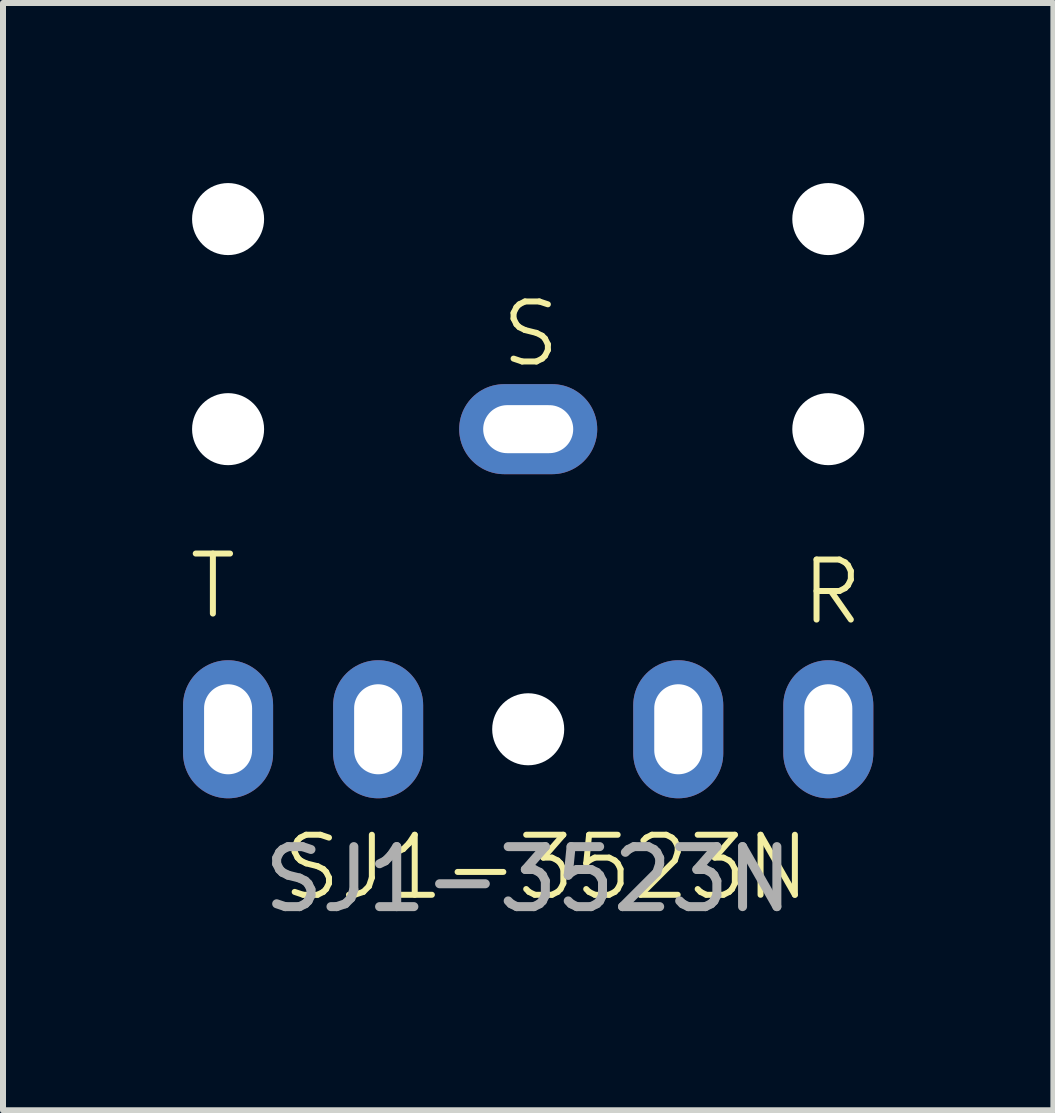
<source format=kicad_pcb>
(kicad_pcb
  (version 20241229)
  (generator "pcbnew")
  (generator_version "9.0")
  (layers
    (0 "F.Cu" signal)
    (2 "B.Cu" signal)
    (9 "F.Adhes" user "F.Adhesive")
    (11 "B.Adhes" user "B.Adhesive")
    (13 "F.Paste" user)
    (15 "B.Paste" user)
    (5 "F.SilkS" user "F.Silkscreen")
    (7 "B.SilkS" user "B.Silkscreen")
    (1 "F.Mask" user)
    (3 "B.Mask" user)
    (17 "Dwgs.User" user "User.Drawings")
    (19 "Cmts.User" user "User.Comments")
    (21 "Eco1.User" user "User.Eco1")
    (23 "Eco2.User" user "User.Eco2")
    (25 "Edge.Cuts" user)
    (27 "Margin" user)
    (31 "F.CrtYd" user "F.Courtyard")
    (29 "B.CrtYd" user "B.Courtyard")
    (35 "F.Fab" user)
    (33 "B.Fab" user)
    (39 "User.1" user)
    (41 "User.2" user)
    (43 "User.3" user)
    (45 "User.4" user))
  (footprint "SJ1-3523N"
    (layer "F.Cu")
    (at 5.75 9.1)
    (property "Reference" "SJ1-3523N" (at 0.3 2.3 0) (unlocked yes) (layer "F.SilkS") (effects (font (size 1 1) (thickness 0.1))))
    (attr smd)
    (fp_text user "T" (at -5.7 -1.8 0) (unlocked yes) (layer "F.SilkS") (effects (font (size 1 1) (thickness 0.1)) (justify left bottom)))
    (fp_text user "S" (at -0.5 -6 0) (unlocked yes) (layer "F.SilkS") (effects (font (size 1 1) (thickness 0.1)) (justify left bottom)))
    (fp_text user "R" (at 4.5 -1.7 0) (unlocked yes) (layer "F.SilkS") (effects (font (size 1 1) (thickness 0.1)) (justify left bottom)))
    (fp_text user "${REFERENCE}" (at 0 2.5 0) (unlocked yes) (layer "F.Fab") (effects (font (size 1 1) (thickness 0.15))))
    (pad "" np_thru_hole circle (at -5 -8.5 180) (size 1.2 1.2) (drill 1.2) (layers "*.Cu" "*.Mask"))
    (pad "" np_thru_hole circle (at -5 -5 180) (size 1.2 1.2) (drill 1.2) (layers "*.Cu" "*.Mask"))
    (pad "" np_thru_hole circle (at 0 0 180) (size 1.2 1.2) (drill 1.2) (layers "*.Cu" "*.Mask"))
    (pad "" np_thru_hole circle (at 5 -8.5 180) (size 1.2 1.2) (drill 1.2) (layers "*.Cu" "*.Mask"))
    (pad "" np_thru_hole circle (at 5 -5 180) (size 1.2 1.2) (drill 1.2) (layers "*.Cu" "*.Mask"))
    (pad "10" thru_hole oval (at -2.5 0 270) (size 2.3 1.5) (drill oval 1.5 0.8) (layers "*.Cu" "*.Mask"))
    (pad "11" thru_hole oval (at 2.5 0 270) (size 2.3 1.5) (drill oval 1.5 0.8) (layers "*.Cu" "*.Mask"))
    (pad "R" thru_hole oval (at 5 0 270) (size 2.3 1.5) (drill oval 1.5 0.8) (layers "*.Cu" "*.Mask"))
    (pad "S" thru_hole oval (at 0 -5 180) (size 2.3 1.5) (drill oval 1.5 0.8) (layers "*.Cu" "*.Mask"))
    (pad "T" thru_hole oval (at -5 0 270) (size 2.3 1.5) (drill oval 1.5 0.8) (layers "*.Cu" "*.Mask")))
  (gr_rect
    (start -3 -3)
    (end 14.5 15.448)
    (stroke (width 0.1) (type default))
    (fill no)
    (layer "Edge.Cuts")))
</source>
